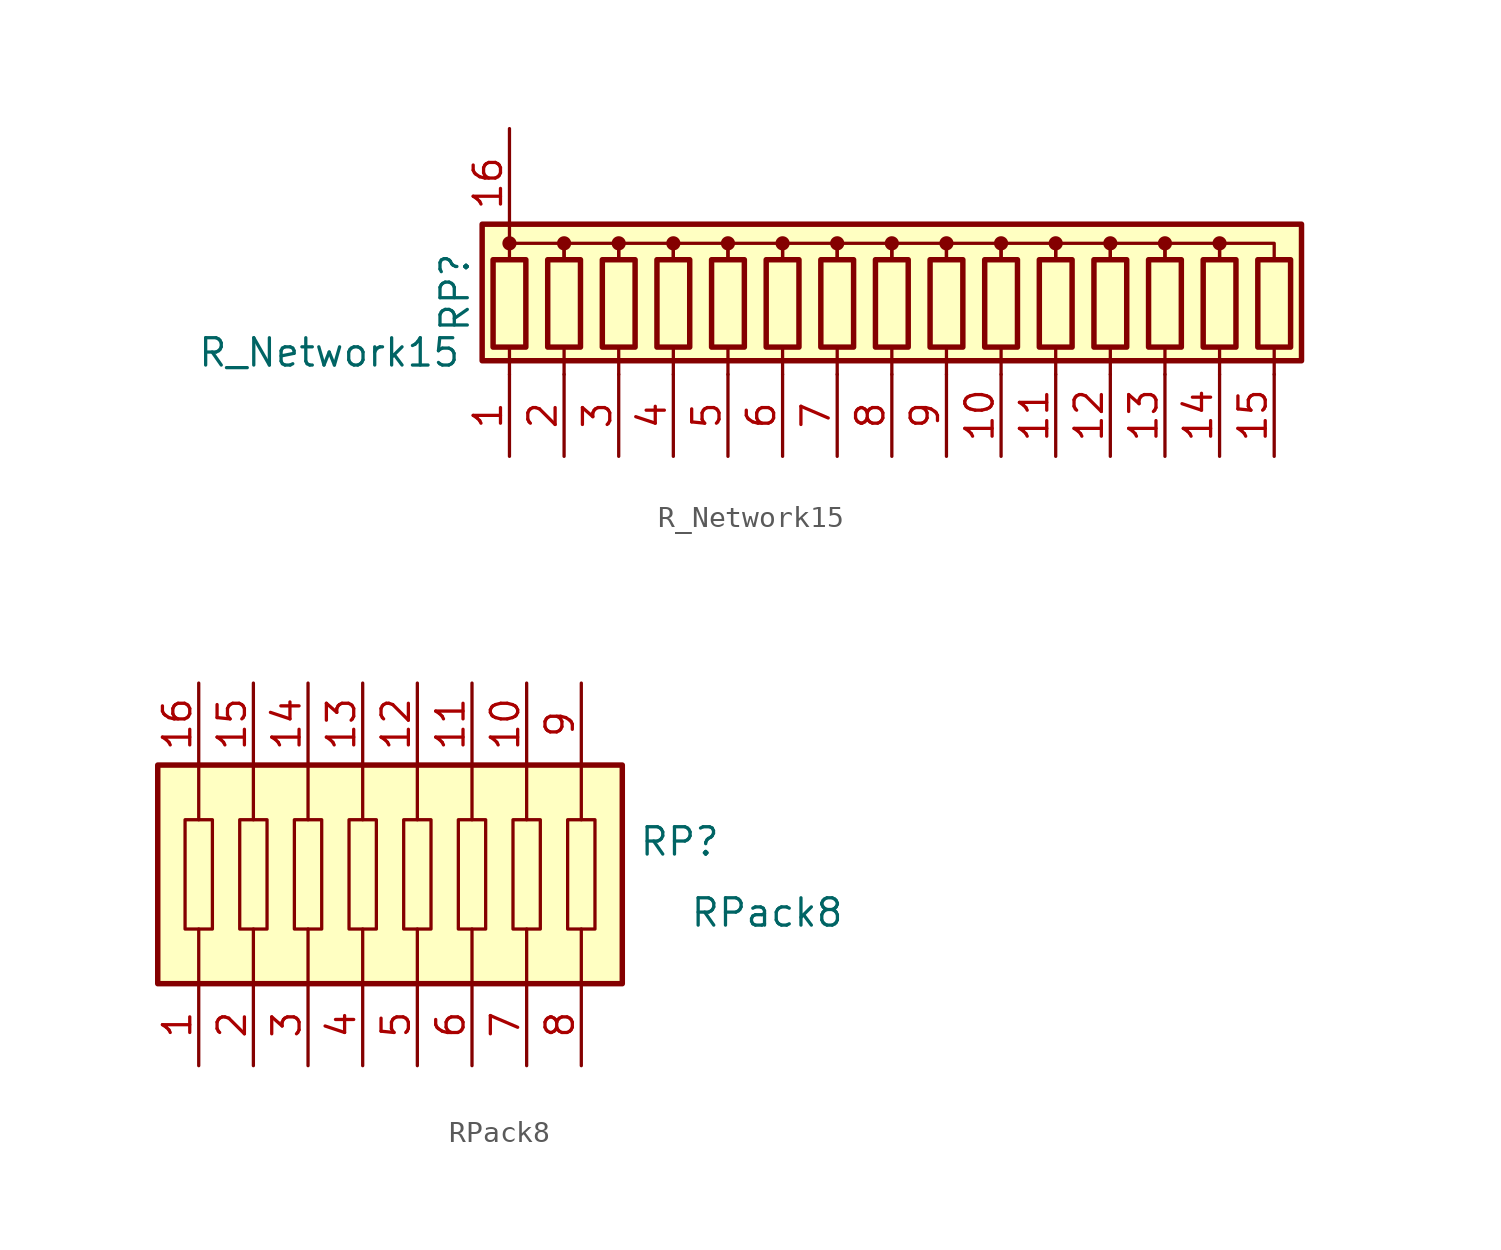
<source format=kicad_sym>
(kicad_symbol_lib
  (version 20231120)
  (generator "kicad_symbol_editor")
  (generator_version "8.0")
  (symbol "R_Network15"
    (pin_names
      (offset 0) hide)
    (property "Reference" "RP"
      (at -20.32 0 90)
      (effects (font (size 1.27 1.27))))
    (property "Value" "R_Network15"
      (at -26.162 -2.794 0)
      (effects (font (size 1.27 1.27))))
    (symbol "R_Network15_0_1"
      (rectangle (start -19.05 3.175) (end 19.05 -3.175) (stroke (width 0.254) (type default)) (fill (type background)))
      (rectangle (start -18.542 1.524) (end -17.018 -2.54) (stroke (width 0.254) (type default)) (fill (type none)))
      (circle (center -17.78 2.286) (radius 0.254) (stroke (width 0) (type default)) (fill (type outline)))
      (rectangle (start -16.002 1.524) (end -14.478 -2.54) (stroke (width 0.254) (type default)) (fill (type none)))
      (circle (center -15.24 2.286) (radius 0.254) (stroke (width 0) (type default)) (fill (type outline)))
      (rectangle (start -13.462 1.524) (end -11.938 -2.54) (stroke (width 0.254) (type default)) (fill (type none)))
      (circle (center -12.7 2.286) (radius 0.254) (stroke (width 0) (type default)) (fill (type outline)))
      (rectangle (start -10.922 1.524) (end -9.398 -2.54) (stroke (width 0.254) (type default)) (fill (type none)))
      (circle (center -10.16 2.286) (radius 0.254) (stroke (width 0) (type default)) (fill (type outline)))
      (rectangle (start -8.382 1.524) (end -6.858 -2.54) (stroke (width 0.254) (type default)) (fill (type none)))
      (circle (center -7.62 2.286) (radius 0.254) (stroke (width 0) (type default)) (fill (type outline)))
      (rectangle (start -5.842 1.524) (end -4.318 -2.54) (stroke (width 0.254) (type default)) (fill (type none)))
      (circle (center -5.08 2.286) (radius 0.254) (stroke (width 0) (type default)) (fill (type outline)))
      (rectangle (start -3.302 1.524) (end -1.778 -2.54) (stroke (width 0.254) (type default)) (fill (type none)))
      (circle (center -2.54 2.286) (radius 0.254) (stroke (width 0) (type default)) (fill (type outline)))
      (rectangle (start -0.762 1.524) (end 0.762 -2.54) (stroke (width 0.254) (type default)) (fill (type none)))
      (polyline (pts (xy -17.78 -2.54) (xy -17.78 -3.81)) (stroke (width 0) (type default)) (fill (type none)))
      (polyline (pts (xy -15.24 -2.54) (xy -15.24 -3.81)) (stroke (width 0) (type default)) (fill (type none)))
      (polyline (pts (xy -12.7 -2.54) (xy -12.7 -3.81)) (stroke (width 0) (type default)) (fill (type none)))
      (polyline (pts (xy -10.16 -2.54) (xy -10.16 -3.81)) (stroke (width 0) (type default)) (fill (type none)))
      (polyline (pts (xy -7.62 -2.54) (xy -7.62 -3.81)) (stroke (width 0) (type default)) (fill (type none)))
      (polyline (pts (xy -5.08 -2.54) (xy -5.08 -3.81)) (stroke (width 0) (type default)) (fill (type none)))
      (polyline (pts (xy -2.54 -2.54) (xy -2.54 -3.81)) (stroke (width 0) (type default)) (fill (type none)))
      (polyline (pts (xy 0 -2.54) (xy 0 -3.81)) (stroke (width 0) (type default)) (fill (type none)))
      (polyline (pts (xy 2.54 -2.54) (xy 2.54 -3.81)) (stroke (width 0) (type default)) (fill (type none)))
      (polyline (pts (xy 5.08 -2.54) (xy 5.08 -3.81)) (stroke (width 0) (type default)) (fill (type none)))
      (polyline (pts (xy 7.62 -2.54) (xy 7.62 -3.81)) (stroke (width 0) (type default)) (fill (type none)))
      (polyline (pts (xy 10.16 -2.54) (xy 10.16 -3.81)) (stroke (width 0) (type default)) (fill (type none)))
      (polyline (pts (xy 12.7 -2.54) (xy 12.7 -3.81)) (stroke (width 0) (type default)) (fill (type none)))
      (polyline (pts (xy 15.24 -2.54) (xy 15.24 -3.81)) (stroke (width 0) (type default)) (fill (type none)))
      (polyline (pts (xy 17.78 -2.54) (xy 17.78 -3.81)) (stroke (width 0) (type default)) (fill (type none)))
      (polyline (pts (xy -17.78 1.524) (xy -17.78 2.286) (xy -15.24 2.286) (xy -15.24 1.524)) (stroke (width 0) (type default)) (fill (type none)))
      (polyline (pts (xy -15.24 1.524) (xy -15.24 2.286) (xy -12.7 2.286) (xy -12.7 1.524)) (stroke (width 0) (type default)) (fill (type none)))
      (polyline (pts (xy -12.7 1.524) (xy -12.7 2.286) (xy -10.16 2.286) (xy -10.16 1.524)) (stroke (width 0) (type default)) (fill (type none)))
      (polyline (pts (xy -10.16 1.524) (xy -10.16 2.286) (xy -7.62 2.286) (xy -7.62 1.524)) (stroke (width 0) (type default)) (fill (type none)))
      (polyline (pts (xy -7.62 1.524) (xy -7.62 2.286) (xy -5.08 2.286) (xy -5.08 1.524)) (stroke (width 0) (type default)) (fill (type none)))
      (polyline (pts (xy -5.08 1.524) (xy -5.08 2.286) (xy -2.54 2.286) (xy -2.54 1.524)) (stroke (width 0) (type default)) (fill (type none)))
      (polyline (pts (xy -2.54 1.524) (xy -2.54 2.286) (xy 0 2.286) (xy 0 1.524)) (stroke (width 0) (type default)) (fill (type none)))
      (polyline (pts (xy 0 1.524) (xy 0 2.286) (xy 2.54 2.286) (xy 2.54 1.524)) (stroke (width 0) (type default)) (fill (type none)))
      (polyline (pts (xy 2.54 1.524) (xy 2.54 2.286) (xy 5.08 2.286) (xy 5.08 1.524)) (stroke (width 0) (type default)) (fill (type none)))
      (polyline (pts (xy 5.08 1.524) (xy 5.08 2.286) (xy 7.62 2.286) (xy 7.62 1.524)) (stroke (width 0) (type default)) (fill (type none)))
      (polyline (pts (xy 7.62 1.524) (xy 7.62 2.286) (xy 10.16 2.286) (xy 10.16 1.524)) (stroke (width 0) (type default)) (fill (type none)))
      (polyline (pts (xy 10.16 1.524) (xy 10.16 2.286) (xy 12.7 2.286) (xy 12.7 1.524)) (stroke (width 0) (type default)) (fill (type none)))
      (polyline (pts (xy 12.7 1.524) (xy 12.7 2.286) (xy 15.24 2.286) (xy 15.24 1.524)) (stroke (width 0) (type default)) (fill (type none)))
      (polyline (pts (xy 15.24 1.524) (xy 15.24 2.286) (xy 17.78 2.286) (xy 17.78 1.524)) (stroke (width 0) (type default)) (fill (type none)))
      (circle (center 0 2.286) (radius 0.254) (stroke (width 0) (type default)) (fill (type outline)))
      (rectangle (start 1.778 1.524) (end 3.302 -2.54) (stroke (width 0.254) (type default)) (fill (type none)))
      (circle (center 2.54 2.286) (radius 0.254) (stroke (width 0) (type default)) (fill (type outline)))
      (rectangle (start 4.318 1.524) (end 5.842 -2.54) (stroke (width 0.254) (type default)) (fill (type none)))
      (circle (center 5.08 2.286) (radius 0.254) (stroke (width 0) (type default)) (fill (type outline)))
      (rectangle (start 6.858 1.524) (end 8.382 -2.54) (stroke (width 0.254) (type default)) (fill (type none)))
      (circle (center 7.62 2.286) (radius 0.254) (stroke (width 0) (type default)) (fill (type outline)))
      (rectangle (start 9.398 1.524) (end 10.922 -2.54) (stroke (width 0.254) (type default)) (fill (type none)))
      (circle (center 10.16 2.286) (radius 0.254) (stroke (width 0) (type default)) (fill (type outline)))
      (rectangle (start 11.938 1.524) (end 13.462 -2.54) (stroke (width 0.254) (type default)) (fill (type none)))
      (circle (center 12.7 2.286) (radius 0.254) (stroke (width 0) (type default)) (fill (type outline)))
      (rectangle (start 14.478 1.524) (end 16.002 -2.54) (stroke (width 0.254) (type default)) (fill (type none)))
      (circle (center 15.24 2.286) (radius 0.254) (stroke (width 0) (type default)) (fill (type outline)))
      (rectangle (start 17.018 1.524) (end 18.542 -2.54) (stroke (width 0.254) (type default)) (fill (type none))))
    (symbol "R_Network15_1_1"
      (pin passive line (at -17.78 -7.62 90) (length 3.81) (name "R1" (effects (font (size 1.27 1.27)))) (number "1" (effects (font (size 1.27 1.27)))))
      (pin passive line (at 5.08 -7.62 90) (length 3.81) (name "R10" (effects (font (size 1.27 1.27)))) (number "10" (effects (font (size 1.27 1.27)))))
      (pin passive line (at 7.62 -7.62 90) (length 3.81) (name "R11" (effects (font (size 1.27 1.27)))) (number "11" (effects (font (size 1.27 1.27)))))
      (pin passive line (at 10.16 -7.62 90) (length 3.81) (name "R12" (effects (font (size 1.27 1.27)))) (number "12" (effects (font (size 1.27 1.27)))))
      (pin passive line (at 12.7 -7.62 90) (length 3.81) (name "R13" (effects (font (size 1.27 1.27)))) (number "13" (effects (font (size 1.27 1.27)))))
      (pin passive line (at 15.24 -7.62 90) (length 3.81) (name "R13" (effects (font (size 1.27 1.27)))) (number "14" (effects (font (size 1.27 1.27)))))
      (pin passive line (at 17.78 -7.62 90) (length 3.81) (name "R13" (effects (font (size 1.27 1.27)))) (number "15" (effects (font (size 1.27 1.27)))))
      (pin passive line (at -17.78 7.62 270) (length 5.08) (name "common" (effects (font (size 1.27 1.27)))) (number "16" (effects (font (size 1.27 1.27)))))
      (pin passive line (at -15.24 -7.62 90) (length 3.81) (name "R2" (effects (font (size 1.27 1.27)))) (number "2" (effects (font (size 1.27 1.27)))))
      (pin passive line (at -12.7 -7.62 90) (length 3.81) (name "R3" (effects (font (size 1.27 1.27)))) (number "3" (effects (font (size 1.27 1.27)))))
      (pin passive line (at -10.16 -7.62 90) (length 3.81) (name "R4" (effects (font (size 1.27 1.27)))) (number "4" (effects (font (size 1.27 1.27)))))
      (pin passive line (at -7.62 -7.62 90) (length 3.81) (name "R5" (effects (font (size 1.27 1.27)))) (number "5" (effects (font (size 1.27 1.27)))))
      (pin passive line (at -5.08 -7.62 90) (length 3.81) (name "R6" (effects (font (size 1.27 1.27)))) (number "6" (effects (font (size 1.27 1.27)))))
      (pin passive line (at -2.54 -7.62 90) (length 3.81) (name "R7" (effects (font (size 1.27 1.27)))) (number "7" (effects (font (size 1.27 1.27)))))
      (pin passive line (at 0 -7.62 90) (length 3.81) (name "R8" (effects (font (size 1.27 1.27)))) (number "8" (effects (font (size 1.27 1.27)))))
      (pin passive line (at 2.54 -7.62 90) (length 3.81) (name "R9" (effects (font (size 1.27 1.27)))) (number "9" (effects (font (size 1.27 1.27)))))))
  (symbol "RPack8"
    (property "Reference" "RP"
      (at 13.462 1.524 0)
      (effects (font (size 1.27 1.27))))
    (property "Value" "RPack8"
      (at 17.526 -1.778 0)
      (effects (font (size 1.27 1.27))))
    (symbol "RPack8_0_1"
      (rectangle (start -9.525 2.54) (end -8.255 -2.54) (stroke (width 0) (type default)) (fill (type none)))
      (rectangle (start -6.985 2.54) (end -5.715 -2.54) (stroke (width 0) (type default)) (fill (type none)))
      (rectangle (start -4.445 2.54) (end -3.175 -2.54) (stroke (width 0) (type default)) (fill (type none)))
      (rectangle (start -1.905 2.54) (end -0.635 -2.54) (stroke (width 0) (type default)) (fill (type none)))
      (rectangle (start 0.635 2.54) (end 1.905 -2.54) (stroke (width 0) (type default)) (fill (type none)))
      (rectangle (start 3.175 2.54) (end 4.445 -2.54) (stroke (width 0) (type default)) (fill (type none)))
      (rectangle (start 5.715 2.54) (end 6.985 -2.54) (stroke (width 0) (type default)) (fill (type none)))
      (rectangle (start 8.255 2.54) (end 9.525 -2.54) (stroke (width 0) (type default)) (fill (type none))))
    (symbol "RPack8_1_1"
      (rectangle (start -10.795 5.08) (end 10.795 -5.08) (stroke (width 0.254) (type default)) (fill (type background)))
      (polyline (pts (xy -8.89 -5.08) (xy -8.89 -2.54)) (stroke (width 0) (type default)) (fill (type none)))
      (polyline (pts (xy -8.89 2.54) (xy -8.89 5.08)) (stroke (width 0) (type default)) (fill (type none)))
      (polyline (pts (xy -6.35 -5.08) (xy -6.35 -2.54)) (stroke (width 0) (type default)) (fill (type none)))
      (polyline (pts (xy -6.35 2.54) (xy -6.35 5.08)) (stroke (width 0) (type default)) (fill (type none)))
      (polyline (pts (xy -3.81 -5.08) (xy -3.81 -2.54)) (stroke (width 0) (type default)) (fill (type none)))
      (polyline (pts (xy -3.81 2.54) (xy -3.81 5.08)) (stroke (width 0) (type default)) (fill (type none)))
      (polyline (pts (xy -1.27 -5.08) (xy -1.27 -2.54)) (stroke (width 0) (type default)) (fill (type none)))
      (polyline (pts (xy -1.27 2.54) (xy -1.27 5.08)) (stroke (width 0) (type default)) (fill (type none)))
      (polyline (pts (xy 1.27 -5.08) (xy 1.27 -2.54)) (stroke (width 0) (type default)) (fill (type none)))
      (polyline (pts (xy 1.27 2.54) (xy 1.27 5.08)) (stroke (width 0) (type default)) (fill (type none)))
      (polyline (pts (xy 3.81 -5.08) (xy 3.81 -2.54)) (stroke (width 0) (type default)) (fill (type none)))
      (polyline (pts (xy 3.81 2.54) (xy 3.81 5.08)) (stroke (width 0) (type default)) (fill (type none)))
      (polyline (pts (xy 6.35 -5.08) (xy 6.35 -2.54)) (stroke (width 0) (type default)) (fill (type none)))
      (polyline (pts (xy 6.35 2.54) (xy 6.35 5.08)) (stroke (width 0) (type default)) (fill (type none)))
      (polyline (pts (xy 8.89 -5.08) (xy 8.89 -2.54)) (stroke (width 0) (type default)) (fill (type none)))
      (polyline (pts (xy 8.89 2.54) (xy 8.89 5.08)) (stroke (width 0) (type default)) (fill (type none)))
      (pin passive line (at -8.89 -8.89 90) (length 3.81) (name "" (effects (font (size 1.27 1.27)))) (number "1" (effects (font (size 1.27 1.27)))))
      (pin passive line (at 6.35 8.89 270) (length 3.81) (name "" (effects (font (size 1.27 1.27)))) (number "10" (effects (font (size 1.27 1.27)))))
      (pin passive line (at 3.81 8.89 270) (length 3.81) (name "" (effects (font (size 1.27 1.27)))) (number "11" (effects (font (size 1.27 1.27)))))
      (pin passive line (at 1.27 8.89 270) (length 3.81) (name "" (effects (font (size 1.27 1.27)))) (number "12" (effects (font (size 1.27 1.27)))))
      (pin passive line (at -1.27 8.89 270) (length 3.81) (name "" (effects (font (size 1.27 1.27)))) (number "13" (effects (font (size 1.27 1.27)))))
      (pin passive line (at -3.81 8.89 270) (length 3.81) (name "" (effects (font (size 1.27 1.27)))) (number "14" (effects (font (size 1.27 1.27)))))
      (pin passive line (at -6.35 8.89 270) (length 3.81) (name "" (effects (font (size 1.27 1.27)))) (number "15" (effects (font (size 1.27 1.27)))))
      (pin passive line (at -8.89 8.89 270) (length 3.81) (name "" (effects (font (size 1.27 1.27)))) (number "16" (effects (font (size 1.27 1.27)))))
      (pin passive line (at -6.35 -8.89 90) (length 3.81) (name "" (effects (font (size 1.27 1.27)))) (number "2" (effects (font (size 1.27 1.27)))))
      (pin passive line (at -3.81 -8.89 90) (length 3.81) (name "" (effects (font (size 1.27 1.27)))) (number "3" (effects (font (size 1.27 1.27)))))
      (pin passive line (at -1.27 -8.89 90) (length 3.81) (name "" (effects (font (size 1.27 1.27)))) (number "4" (effects (font (size 1.27 1.27)))))
      (pin passive line (at 1.27 -8.89 90) (length 3.81) (name "" (effects (font (size 1.27 1.27)))) (number "5" (effects (font (size 1.27 1.27)))))
      (pin passive line (at 3.81 -8.89 90) (length 3.81) (name "" (effects (font (size 1.27 1.27)))) (number "6" (effects (font (size 1.27 1.27)))))
      (pin passive line (at 6.35 -8.89 90) (length 3.81) (name "" (effects (font (size 1.27 1.27)))) (number "7" (effects (font (size 1.27 1.27)))))
      (pin passive line (at 8.89 -8.89 90) (length 3.81) (name "" (effects (font (size 1.27 1.27)))) (number "8" (effects (font (size 1.27 1.27)))))
      (pin passive line (at 8.89 8.89 270) (length 3.81) (name "" (effects (font (size 1.27 1.27)))) (number "9" (effects (font (size 1.27 1.27))))))))
</source>
